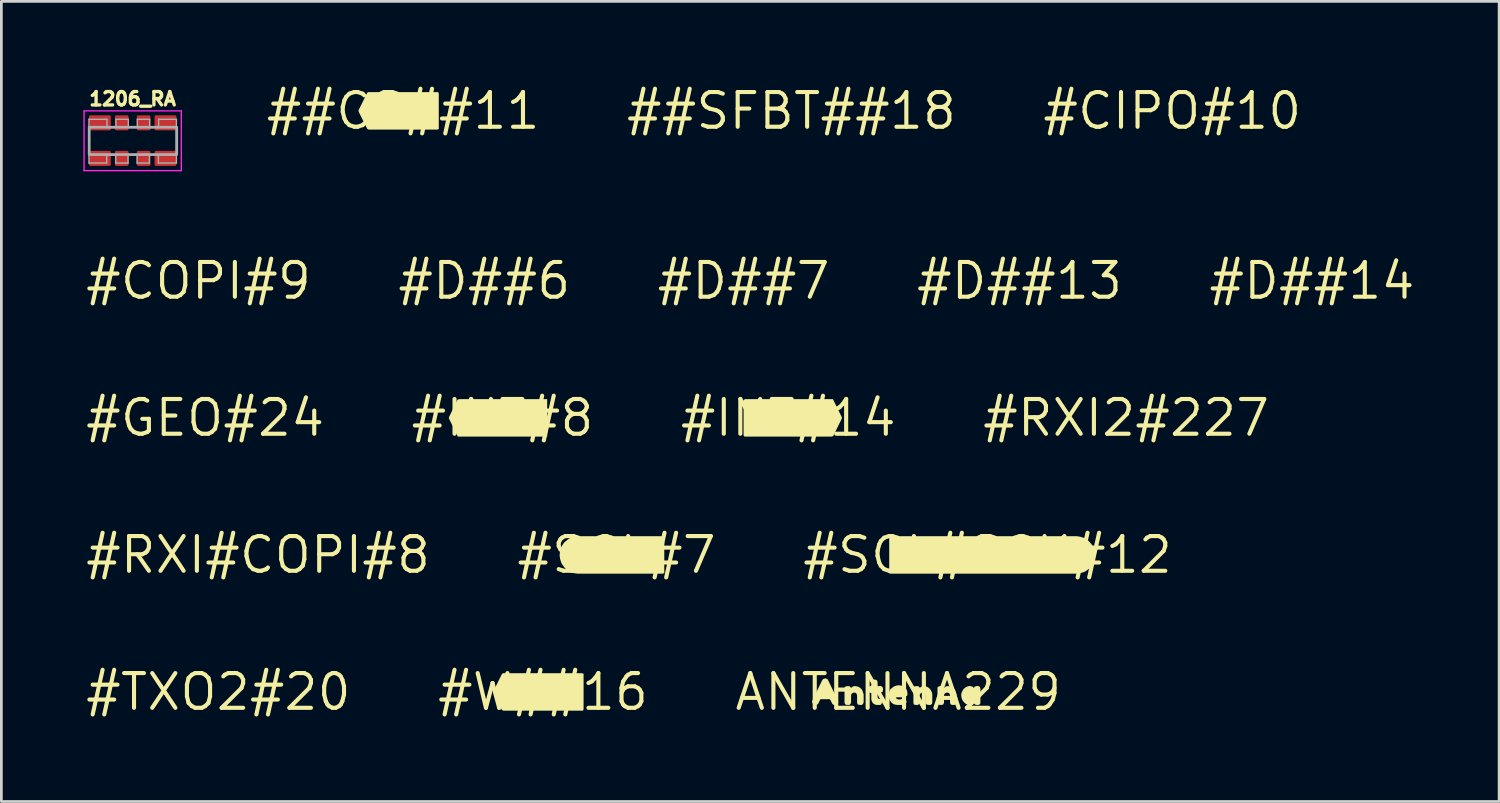
<source format=kicad_pcb>
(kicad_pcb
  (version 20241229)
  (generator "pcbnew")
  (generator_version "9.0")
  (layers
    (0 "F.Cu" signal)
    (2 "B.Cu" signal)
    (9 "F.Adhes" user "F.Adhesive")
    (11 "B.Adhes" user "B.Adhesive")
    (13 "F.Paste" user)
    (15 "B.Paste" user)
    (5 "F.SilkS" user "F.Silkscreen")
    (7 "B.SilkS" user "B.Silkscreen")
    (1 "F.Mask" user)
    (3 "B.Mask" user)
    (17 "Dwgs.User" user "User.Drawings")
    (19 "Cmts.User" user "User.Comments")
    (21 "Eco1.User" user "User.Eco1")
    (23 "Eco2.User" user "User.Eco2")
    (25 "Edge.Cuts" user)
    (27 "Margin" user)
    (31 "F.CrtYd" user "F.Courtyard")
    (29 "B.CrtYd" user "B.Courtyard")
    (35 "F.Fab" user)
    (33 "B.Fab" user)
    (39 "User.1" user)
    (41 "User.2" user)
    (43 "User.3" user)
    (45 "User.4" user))
  (footprint "#SCL#SCK#12"
    (layer "F.Cu")
    (at 33.069 17.247)
    (property "Reference" "#SCL#SCK#12" (at 0 0 0) (layer "F.SilkS") (effects (font (size 1.27 1.27) (thickness 0.15))))
    (fp_poly (pts (xy 3.26 -0.685) (xy 3.331 -0.675) (xy 3.391 -0.665) (xy 3.461 -0.645) (xy 3.522 -0.625) (xy 3.583 -0.594) (xy 3.643 -0.554) (xy 3.693 -0.514) (xy 3.744 -0.463) (xy 3.784 -0.413) (xy 3.824 -0.363) (xy 3.865 -0.302) (xy 3.885 -0.241) (xy 3.905 -0.171) (xy 3.925 -0.101) (xy 3.925 0.101) (xy 3.905 0.161) (xy 3.895 0.232) (xy 3.834 0.353) (xy 3.794 0.413) (xy 3.754 0.463) (xy 3.703 0.514) (xy 3.643 0.554) (xy 3.593 0.594) (xy 3.532 0.625) (xy 3.461 0.645) (xy 3.401 0.665) (xy 3.331 0.675) (xy 3.26 0.685) (xy -3.584 0.685) (xy -3.595 0.62) (xy -3.595 -0.674) (xy -3.52 -0.685)) (stroke (width 0) (type default)) (fill yes) (layer "F.SilkS")))
  (footprint "#D##7"
    (layer "F.Cu")
    (at 24.149 7.222)
    (property "Reference" "#D##7" (at 0 0 0) (layer "F.SilkS") (effects (font (size 1.27 1.27) (thickness 0.15))))
    (fp_poly (pts (xy -0.546 0.236) (xy -0.55 0.24) (xy -0.55 0.235) (xy -0.548 0.235)) (stroke (width 0) (type default)) (fill yes) (layer "F.SilkS")))
  (footprint "##CS##11"
    (layer "F.Cu")
    (at 11.694 1.006)
    (property "Reference" "##CS##11" (at 0 0 0) (layer "F.SilkS") (effects (font (size 1.27 1.27) (thickness 0.15))))
    (fp_poly (pts (xy 1.283 -0.685) (xy 1.305 -0.631) (xy 1.305 0.663) (xy 1.251 0.685) (xy -1.261 0.685) (xy -1.314 0.654) (xy -1.615 0.052) (xy -1.635 -0.01) (xy -1.334 -0.623) (xy -1.293 -0.685)) (stroke (width 0) (type default)) (fill yes) (layer "F.SilkS")))
  (footprint "#D##13"
    (layer "F.Cu")
    (at 34.239 7.222)
    (property "Reference" "#D##13" (at 0 0 0) (layer "F.SilkS") (effects (font (size 1.27 1.27) (thickness 0.15))))
    (fp_poly (pts (xy -0.616 0.238) (xy -0.62 0.24) (xy -0.62 0.235) (xy -0.617 0.235)) (stroke (width 0) (type default)) (fill yes) (layer "F.SilkS")))
  (footprint "#COPI#9"
    (layer "F.Cu")
    (at 4.21 7.222)
    (property "Reference" "#COPI#9" (at 0 0 0) (layer "F.SilkS") (effects (font (size 1.27 1.27) (thickness 0.15))))
    (fp_poly (pts (xy 0.714 -0.023) (xy 0.71 -0.02) (xy 0.71 -0.025) (xy 0.713 -0.025)) (stroke (width 0) (type default)) (fill yes) (layer "F.SilkS")))
  (footprint "#RXI#COPI#8"
    (layer "F.Cu")
    (at 6.388 17.247)
    (property "Reference" "#RXI#COPI#8" (at 0 0 0) (layer "F.SilkS") (effects (font (size 1.27 1.27) (thickness 0.15))))
    (fp_poly (pts (xy 2.384 -0.022) (xy 2.38 -0.02) (xy 2.38 -0.025) (xy 2.383 -0.025)) (stroke (width 0) (type default)) (fill yes) (layer "F.SilkS")))
  (footprint "#INT#14"
    (layer "F.Cu")
    (at 25.782 12.234)
    (property "Reference" "#INT#14" (at 0 0 0) (layer "F.SilkS") (effects (font (size 1.27 1.27) (thickness 0.15))))
    (fp_poly (pts (xy 1.633 -0.685) (xy 1.664 -0.622) (xy 1.965 -0.01) (xy 1.945 0.052) (xy 1.644 0.664) (xy 1.591 0.685) (xy -1.603 0.685) (xy -1.635 0.642) (xy -1.635 -0.653) (xy -1.581 -0.685)) (stroke (width 0) (type default)) (fill yes) (layer "F.SilkS")))
  (footprint "#D##14"
    (layer "F.Cu")
    (at 44.934 7.222)
    (property "Reference" "#D##14" (at 0 0 0) (layer "F.SilkS") (effects (font (size 1.27 1.27) (thickness 0.15))))
    (fp_poly (pts (xy -0.546 0.236) (xy -0.55 0.24) (xy -0.55 0.235) (xy -0.548 0.235)) (stroke (width 0) (type default)) (fill yes) (layer "F.SilkS")))
  (footprint "#INT#8"
    (layer "F.Cu")
    (at 15.329 12.234)
    (property "Reference" "#INT#8" (at 0 0 0) (layer "F.SilkS") (effects (font (size 1.27 1.27) (thickness 0.15))))
    (fp_poly (pts (xy 1.635 -0.685) (xy 1.635 0.685) (xy -1.633 0.685) (xy -1.664 0.622) (xy -1.965 0.01) (xy -1.945 -0.052) (xy -1.644 -0.664) (xy -1.581 -0.685)) (stroke (width 0) (type default)) (fill yes) (layer "F.SilkS")))
  (footprint "#CIPO#10"
    (layer "F.Cu")
    (at 39.827 1.006)
    (property "Reference" "#CIPO#10" (at 0 0 0) (layer "F.SilkS") (effects (font (size 1.27 1.27) (thickness 0.15))))
    (fp_poly (pts (xy 1.082 0.236) (xy 1.08 0.24) (xy 1.08 0.235) (xy 1.081 0.235)) (stroke (width 0) (type default)) (fill yes) (layer "F.SilkS")))
  (footprint "#TXO2#20"
    (layer "F.Cu")
    (at 4.936 22.259)
    (property "Reference" "#TXO2#20" (at 0 0 0) (layer "F.SilkS") (effects (font (size 1.27 1.27) (thickness 0.15))))
    (fp_poly (pts (xy 0.552 0.235) (xy 0.55 0.24) (xy 0.55 0.235) (xy 0.551 0.235)) (stroke (width 0) (type default)) (fill yes) (layer "F.SilkS")))
  (footprint "#W##16"
    (layer "F.Cu")
    (at 16.81 22.259)
    (property "Reference" "#W##16" (at 0 0 0) (layer "F.SilkS") (effects (font (size 1.27 1.27) (thickness 0.15))))
    (fp_poly (pts (xy 1.431 -0.685) (xy 1.485 -0.663) (xy 1.485 0.631) (xy 1.463 0.685) (xy -1.451 0.685) (xy -1.504 0.654) (xy -1.805 0.042) (xy -1.815 -0.021) (xy -1.514 -0.633) (xy -1.472 -0.685)) (stroke (width 0) (type default)) (fill yes) (layer "F.SilkS")))
  (footprint "#SCL#7"
    (layer "F.Cu")
    (at 19.502 17.247)
    (property "Reference" "#SCL#7" (at 0 0 0) (layer "F.SilkS") (effects (font (size 1.27 1.27) (thickness 0.15))))
    (fp_poly (pts (xy -1.397 -0.685) (xy 1.723 -0.685) (xy 1.745 -0.631) (xy 1.745 0.663) (xy 1.691 0.685) (xy -1.43 0.685) (xy -1.501 0.675) (xy -1.571 0.665) (xy -1.632 0.645) (xy -1.753 0.584) (xy -1.813 0.544) (xy -1.863 0.504) (xy -1.914 0.453) (xy -1.954 0.393) (xy -1.994 0.343) (xy -2.025 0.282) (xy -2.045 0.211) (xy -2.065 0.151) (xy -2.075 0.081) (xy -2.085 0.01) (xy -2.075 -0.05) (xy -2.075 -0.121) (xy -2.055 -0.191) (xy -2.035 -0.252) (xy -1.974 -0.373) (xy -1.934 -0.433) (xy -1.883 -0.484) (xy -1.833 -0.524) (xy -1.783 -0.564) (xy -1.723 -0.604) (xy -1.662 -0.635) (xy -1.591 -0.655) (xy -1.531 -0.675) (xy -1.46 -0.675) (xy -1.408 -0.684) (xy -1.409 -0.685) (xy -1.4 -0.685) (xy -1.398 -0.685)) (stroke (width 0) (type default)) (fill yes) (layer "F.SilkS")))
  (footprint "#GEO#24"
    (layer "F.Cu")
    (at 4.452 12.234)
    (property "Reference" "#GEO#24" (at 0 0 0) (layer "F.SilkS") (effects (font (size 1.27 1.27) (thickness 0.15))))
    (fp_poly (pts (xy 0.652 0.176) (xy 0.65 0.18) (xy 0.65 0.175) (xy 0.651 0.175)) (stroke (width 0) (type default)) (fill yes) (layer "F.SilkS")))
  (footprint "ANTENNA229"
    (layer "F.Cu")
    (at 29.804 22.259)
    (property "Reference" "ANTENNA229" (at 0 0 0) (layer "F.SilkS") (effects (font (size 1.27 1.27) (thickness 0.15))))
    (fp_poly (pts (xy -2.587 -0.464) (xy -2.566 -0.432) (xy -2.205 0.318) (xy -2.195 0.371) (xy -2.226 0.423) (xy -2.298 0.475) (xy -2.362 0.475) (xy -2.414 0.433) (xy -2.474 0.303) (xy -2.512 0.265) (xy -2.847 0.265) (xy -2.906 0.382) (xy -2.936 0.444) (xy -2.999 0.475) (xy -3.062 0.465) (xy -3.134 0.413) (xy -3.155 0.36) (xy -3.135 0.298) (xy -2.804 -0.382) (xy -2.774 -0.443) (xy -2.722 -0.485) (xy -2.649 -0.495)) (stroke (width 0) (type default)) (fill yes) (layer "F.SilkS"))
    (fp_poly (pts (xy 2.712 -0.194) (xy 2.763 -0.154) (xy 2.769 -0.148) (xy 2.797 -0.194) (xy 2.859 -0.215) (xy 2.942 -0.215) (xy 2.995 -0.173) (xy 3.005 -0.11) (xy 3.005 0.37) (xy 2.995 0.443) (xy 2.941 0.475) (xy 2.859 0.475) (xy 2.797 0.454) (xy 2.769 0.409) (xy 2.733 0.454) (xy 2.661 0.475) (xy 2.59 0.475) (xy 2.528 0.465) (xy 2.467 0.434) (xy 2.416 0.384) (xy 2.366 0.333) (xy 2.335 0.272) (xy 2.315 0.211) (xy 2.305 0.14) (xy 2.305 0.069) (xy 2.325 0.008) (xy 2.356 -0.053) (xy 2.396 -0.113) (xy 2.457 -0.164) (xy 2.518 -0.195) (xy 2.579 -0.215) (xy 2.651 -0.215)) (stroke (width 0) (type default)) (fill yes) (layer "F.SilkS"))
    (fp_poly (pts (xy -1.509 -0.205) (xy -1.448 -0.185) (xy -1.387 -0.144) (xy -1.336 -0.093) (xy -1.305 -0.042) (xy -1.285 0.029) (xy -1.265 0.089) (xy -1.265 0.371) (xy -1.286 0.433) (xy -1.328 0.475) (xy -1.421 0.475) (xy -1.484 0.454) (xy -1.505 0.401) (xy -1.505 0.131) (xy -1.524 0.063) (xy -1.572 0.025) (xy -1.639 0.025) (xy -1.696 0.054) (xy -1.725 0.111) (xy -1.725 0.381) (xy -1.746 0.443) (xy -1.788 0.475) (xy -1.881 0.475) (xy -1.944 0.454) (xy -1.965 0.391) (xy -1.965 -0.162) (xy -1.922 -0.205) (xy -1.84 -0.215) (xy -1.767 -0.205) (xy -1.738 -0.156) (xy -1.702 -0.165) (xy -1.652 -0.205) (xy -1.58 -0.215)) (stroke (width 0) (type default)) (fill yes) (layer "F.SilkS"))
    (fp_poly (pts (xy 1.001 -0.205) (xy 1.062 -0.185) (xy 1.123 -0.144) (xy 1.174 -0.093) (xy 1.204 -0.042) (xy 1.235 0.029) (xy 1.245 0.09) (xy 1.245 0.37) (xy 1.235 0.433) (xy 1.182 0.475) (xy 1.099 0.475) (xy 1.026 0.454) (xy 1.005 0.401) (xy 1.005 0.131) (xy 0.986 0.063) (xy 0.938 0.025) (xy 0.871 0.025) (xy 0.814 0.054) (xy 0.785 0.111) (xy 0.785 0.381) (xy 0.764 0.443) (xy 0.722 0.475) (xy 0.629 0.475) (xy 0.566 0.454) (xy 0.555 0.39) (xy 0.555 -0.162) (xy 0.587 -0.205) (xy 0.67 -0.215) (xy 0.753 -0.205) (xy 0.782 -0.156) (xy 0.808 -0.165) (xy 0.868 -0.205) (xy 0.93 -0.215)) (stroke (width 0) (type default)) (fill yes) (layer "F.SilkS"))
    (fp_poly (pts (xy 1.891 -0.205) (xy 1.952 -0.185) (xy 2.013 -0.144) (xy 2.064 -0.093) (xy 2.095 -0.042) (xy 2.115 0.029) (xy 2.135 0.089) (xy 2.135 0.37) (xy 2.125 0.433) (xy 2.072 0.475) (xy 1.979 0.475) (xy 1.916 0.454) (xy 1.895 0.401) (xy 1.895 0.131) (xy 1.876 0.063) (xy 1.828 0.025) (xy 1.761 0.025) (xy 1.704 0.054) (xy 1.675 0.111) (xy 1.675 0.381) (xy 1.654 0.443) (xy 1.612 0.475) (xy 1.519 0.475) (xy 1.456 0.454) (xy 1.435 0.391) (xy 1.435 -0.162) (xy 1.478 -0.205) (xy 1.56 -0.215) (xy 1.633 -0.205) (xy 1.662 -0.156) (xy 1.698 -0.165) (xy 1.748 -0.205) (xy 1.82 -0.215)) (stroke (width 0) (type default)) (fill yes) (layer "F.SilkS"))
    (fp_poly (pts (xy -0.808 -0.445) (xy -0.765 -0.402) (xy -0.755 -0.34) (xy -0.755 -0.206) (xy -0.69 -0.215) (xy -0.629 -0.215) (xy -0.576 -0.183) (xy -0.555 -0.11) (xy -0.565 -0.017) (xy -0.608 0.015) (xy -0.68 0.025) (xy -0.737 0.016) (xy -0.755 0.071) (xy -0.755 0.199) (xy -0.727 0.245) (xy -0.658 0.255) (xy -0.605 0.287) (xy -0.595 0.36) (xy -0.605 0.432) (xy -0.648 0.475) (xy -0.791 0.475) (xy -0.862 0.455) (xy -0.913 0.424) (xy -0.944 0.383) (xy -0.975 0.322) (xy -0.985 0.25) (xy -0.985 0.044) (xy -1.094 0.004) (xy -1.105 -0.06) (xy -1.105 -0.141) (xy -1.073 -0.194) (xy -1.013 -0.214) (xy -0.985 -0.242) (xy -0.985 -0.381) (xy -0.964 -0.434) (xy -0.89 -0.455)) (stroke (width 0) (type default)) (fill yes) (layer "F.SilkS"))
    (fp_poly (pts (xy 0.091 -0.235) (xy 0.152 -0.225) (xy 0.213 -0.194) (xy 0.264 -0.143) (xy 0.304 -0.092) (xy 0.325 -0.031) (xy 0.335 0.04) (xy 0.335 0.122) (xy 0.283 0.164) (xy 0.221 0.195) (xy -0.049 0.195) (xy -0.091 0.212) (xy -0.047 0.256) (xy 0.011 0.275) (xy 0.079 0.275) (xy 0.139 0.255) (xy 0.211 0.235) (xy 0.264 0.266) (xy 0.305 0.339) (xy 0.295 0.392) (xy 0.273 0.424) (xy 0.212 0.455) (xy 0.141 0.475) (xy -0.04 0.475) (xy -0.101 0.465) (xy -0.172 0.445) (xy -0.233 0.404) (xy -0.274 0.353) (xy -0.315 0.292) (xy -0.335 0.231) (xy -0.345 0.16) (xy -0.345 0.09) (xy -0.335 0.019) (xy -0.315 -0.042) (xy -0.284 -0.103) (xy -0.233 -0.144) (xy -0.183 -0.184) (xy -0.122 -0.215) (xy -0.061 -0.235) (xy 0.01 -0.245)) (stroke (width 0) (type default)) (fill yes) (layer "F.SilkS")))
  (footprint "#D##6"
    (layer "F.Cu")
    (at 14.664 7.222)
    (property "Reference" "#D##6" (at 0 0 0) (layer "F.SilkS") (effects (font (size 1.27 1.27) (thickness 0.15))))
    (fp_poly (pts (xy -0.616 0.238) (xy -0.62 0.24) (xy -0.62 0.235) (xy -0.617 0.235)) (stroke (width 0) (type default)) (fill yes) (layer "F.SilkS")))
  (footprint "#RXI2#227"
    (layer "F.Cu")
    (at 38.14 12.234)
    (property "Reference" "#RXI2#227" (at 0 0 0) (layer "F.SilkS") (effects (font (size 1.27 1.27) (thickness 0.15))))
    (fp_poly (pts (xy -1.377 -0.034) (xy -1.38 -0.03) (xy -1.38 -0.035) (xy -1.378 -0.035)) (stroke (width 0) (type default)) (fill yes) (layer "F.SilkS")))
  (footprint "1206_RA"
    (layer "F.Cu")
    (at 1.803 2.123)
    (property "Reference" "1206_RA" (at -1.651 -1.27 0) (unlocked yes) (layer "F.SilkS") (effects (font (size 0.488 0.488) (thickness 0.122)) (justify left bottom)))
    (fp_poly (pts (xy -1.62 -0.38) (xy -0.78 -0.38) (xy -0.78 -1) (xy -1.62 -1)) (stroke (width 0) (type default)) (fill yes) (layer "F.Mask"))
    (fp_poly (pts (xy -1.62 0.94) (xy -0.78 0.94) (xy -0.78 0.32) (xy -1.62 0.32)) (stroke (width 0) (type default)) (fill yes) (layer "F.Mask"))
    (fp_poly (pts (xy -0.68 -0.38) (xy -0.12 -0.38) (xy -0.12 -1) (xy -0.68 -1)) (stroke (width 0) (type default)) (fill yes) (layer "F.Mask"))
    (fp_poly (pts (xy -0.68 0.94) (xy -0.12 0.94) (xy -0.12 0.32) (xy -0.68 0.32)) (stroke (width 0) (type default)) (fill yes) (layer "F.Mask"))
    (fp_poly (pts (xy 0.12 -0.38) (xy 0.68 -0.38) (xy 0.68 -1) (xy 0.12 -1)) (stroke (width 0) (type default)) (fill yes) (layer "F.Mask"))
    (fp_poly (pts (xy 0.12 0.94) (xy 0.68 0.94) (xy 0.68 0.32) (xy 0.12 0.32)) (stroke (width 0) (type default)) (fill yes) (layer "F.Mask"))
    (fp_poly (pts (xy 0.78 -0.38) (xy 1.62 -0.38) (xy 1.62 -1) (xy 0.78 -1)) (stroke (width 0) (type default)) (fill yes) (layer "F.Mask"))
    (fp_poly (pts (xy 0.78 0.94) (xy 1.62 0.94) (xy 1.62 0.3) (xy 0.78 0.3)) (stroke (width 0) (type default)) (fill yes) (layer "F.Mask"))
    (fp_line (start -1.778 -1.118) (end 1.778 -1.118) (stroke (width 0.051) (type solid)) (layer "F.CrtYd"))
    (fp_line (start -1.778 1.067) (end -1.778 -1.118) (stroke (width 0.051) (type solid)) (layer "F.CrtYd"))
    (fp_line (start 1.778 -1.118) (end 1.778 1.067) (stroke (width 0.051) (type solid)) (layer "F.CrtYd"))
    (fp_line (start 1.778 1.067) (end -1.778 1.067) (stroke (width 0.051) (type solid)) (layer "F.CrtYd"))
    (fp_line (start -1.6 -0.81) (end -1.6 0.79) (stroke (width 0.051) (type solid)) (layer "F.Fab"))
    (fp_line (start -1.6 0.79) (end -0.95 0.79) (stroke (width 0.05) (type solid)) (layer "F.Fab"))
    (fp_line (start -0.95 0.49) (end -0.62 0.49) (stroke (width 0.05) (type solid)) (layer "F.Fab"))
    (fp_line (start -0.95 0.79) (end -0.95 0.49) (stroke (width 0.05) (type solid)) (layer "F.Fab"))
    (fp_line (start -0.94 -0.81) (end -1.6 -0.81) (stroke (width 0.05) (type solid)) (layer "F.Fab"))
    (fp_line (start -0.94 -0.51) (end -0.94 -0.81) (stroke (width 0.05) (type solid)) (layer "F.Fab"))
    (fp_line (start -0.62 0.49) (end -0.62 0.79) (stroke (width 0.05) (type solid)) (layer "F.Fab"))
    (fp_line (start -0.62 0.79) (end -0.17 0.79) (stroke (width 0.05) (type solid)) (layer "F.Fab"))
    (fp_line (start -0.61 -0.81) (end -0.61 -0.51) (stroke (width 0.05) (type solid)) (layer "F.Fab"))
    (fp_line (start -0.61 -0.51) (end -0.94 -0.51) (stroke (width 0.05) (type solid)) (layer "F.Fab"))
    (fp_line (start -0.17 0.49) (end 0.16 0.49) (stroke (width 0.05) (type solid)) (layer "F.Fab"))
    (fp_line (start -0.17 0.79) (end -0.17 0.49) (stroke (width 0.05) (type solid)) (layer "F.Fab"))
    (fp_line (start -0.16 -0.81) (end -0.61 -0.81) (stroke (width 0.05) (type solid)) (layer "F.Fab"))
    (fp_line (start -0.16 -0.51) (end -0.16 -0.81) (stroke (width 0.05) (type solid)) (layer "F.Fab"))
    (fp_line (start 0.16 0.49) (end 0.16 0.79) (stroke (width 0.05) (type solid)) (layer "F.Fab"))
    (fp_line (start 0.16 0.79) (end 0.61 0.79) (stroke (width 0.05) (type solid)) (layer "F.Fab"))
    (fp_line (start 0.17 -0.81) (end 0.17 -0.51) (stroke (width 0.05) (type solid)) (layer "F.Fab"))
    (fp_line (start 0.17 -0.51) (end -0.16 -0.51) (stroke (width 0.05) (type solid)) (layer "F.Fab"))
    (fp_line (start 0.61 0.49) (end 0.94 0.49) (stroke (width 0.05) (type solid)) (layer "F.Fab"))
    (fp_line (start 0.61 0.79) (end 0.61 0.49) (stroke (width 0.05) (type solid)) (layer "F.Fab"))
    (fp_line (start 0.62 -0.81) (end 0.17 -0.81) (stroke (width 0.05) (type solid)) (layer "F.Fab"))
    (fp_line (start 0.62 -0.51) (end 0.62 -0.81) (stroke (width 0.05) (type solid)) (layer "F.Fab"))
    (fp_line (start 0.94 0.49) (end 0.94 0.79) (stroke (width 0.05) (type solid)) (layer "F.Fab"))
    (fp_line (start 0.94 0.79) (end 1.6 0.79) (stroke (width 0.05) (type solid)) (layer "F.Fab"))
    (fp_line (start 0.95 -0.81) (end 0.95 -0.51) (stroke (width 0.05) (type solid)) (layer "F.Fab"))
    (fp_line (start 0.95 -0.51) (end 0.62 -0.51) (stroke (width 0.05) (type solid)) (layer "F.Fab"))
    (fp_line (start 1.6 -0.81) (end 0.95 -0.81) (stroke (width 0.05) (type solid)) (layer "F.Fab"))
    (fp_line (start 1.6 0.79) (end 1.6 -0.81) (stroke (width 0.05) (type solid)) (layer "F.Fab"))
    (fp_poly (pts (xy -1.59 0.48) (xy 1.61 0.48) (xy 1.61 -0.52) (xy -1.59 -0.52)) (stroke (width 0.1) (type default)) (fill no) (layer "F.Fab"))
    (pad "P1" smd roundrect (at -1.2 0.62) (size 0.8 0.55) (layers "F.Cu" "F.Paste") (roundrect_rratio 0.092))
    (pad "P2" smd roundrect (at -0.4 0.62) (size 0.5 0.55) (layers "F.Cu" "F.Paste") (roundrect_rratio 0.102))
    (pad "P3" smd roundrect (at 0.4 0.62) (size 0.5 0.55) (layers "F.Cu" "F.Paste") (roundrect_rratio 0.102))
    (pad "P4" smd roundrect (at 1.2 0.62) (size 0.8 0.55) (layers "F.Cu" "F.Paste") (roundrect_rratio 0.092))
    (pad "P5" smd roundrect (at 1.2 -0.68) (size 0.8 0.55) (layers "F.Cu" "F.Paste") (roundrect_rratio 0.092))
    (pad "P6" smd roundrect (at 0.4 -0.68) (size 0.5 0.55) (layers "F.Cu" "F.Paste") (roundrect_rratio 0.102))
    (pad "P7" smd roundrect (at -0.4 -0.68) (size 0.5 0.55) (layers "F.Cu" "F.Paste") (roundrect_rratio 0.102))
    (pad "P8" smd roundrect (at -1.2 -0.68) (size 0.8 0.55) (layers "F.Cu" "F.Paste") (roundrect_rratio 0.092)))
  (footprint "##SFBT##18"
    (layer "F.Cu")
    (at 25.897 1.006)
    (property "Reference" "##SFBT##18" (at 0 0 0) (layer "F.SilkS") (effects (font (size 1.27 1.27) (thickness 0.15))))
    (fp_poly (pts (xy 0.231 0.375) (xy 0.23 0.38) (xy 0.23 0.375) (xy 0.23 0.375)) (stroke (width 0) (type default)) (fill yes) (layer "F.SilkS")))
  (gr_rect
    (start -3 -3)
    (end 51.782 26.265)
    (stroke (width 0.1) (type default))
    (fill no)
    (layer "Edge.Cuts")))
</source>
